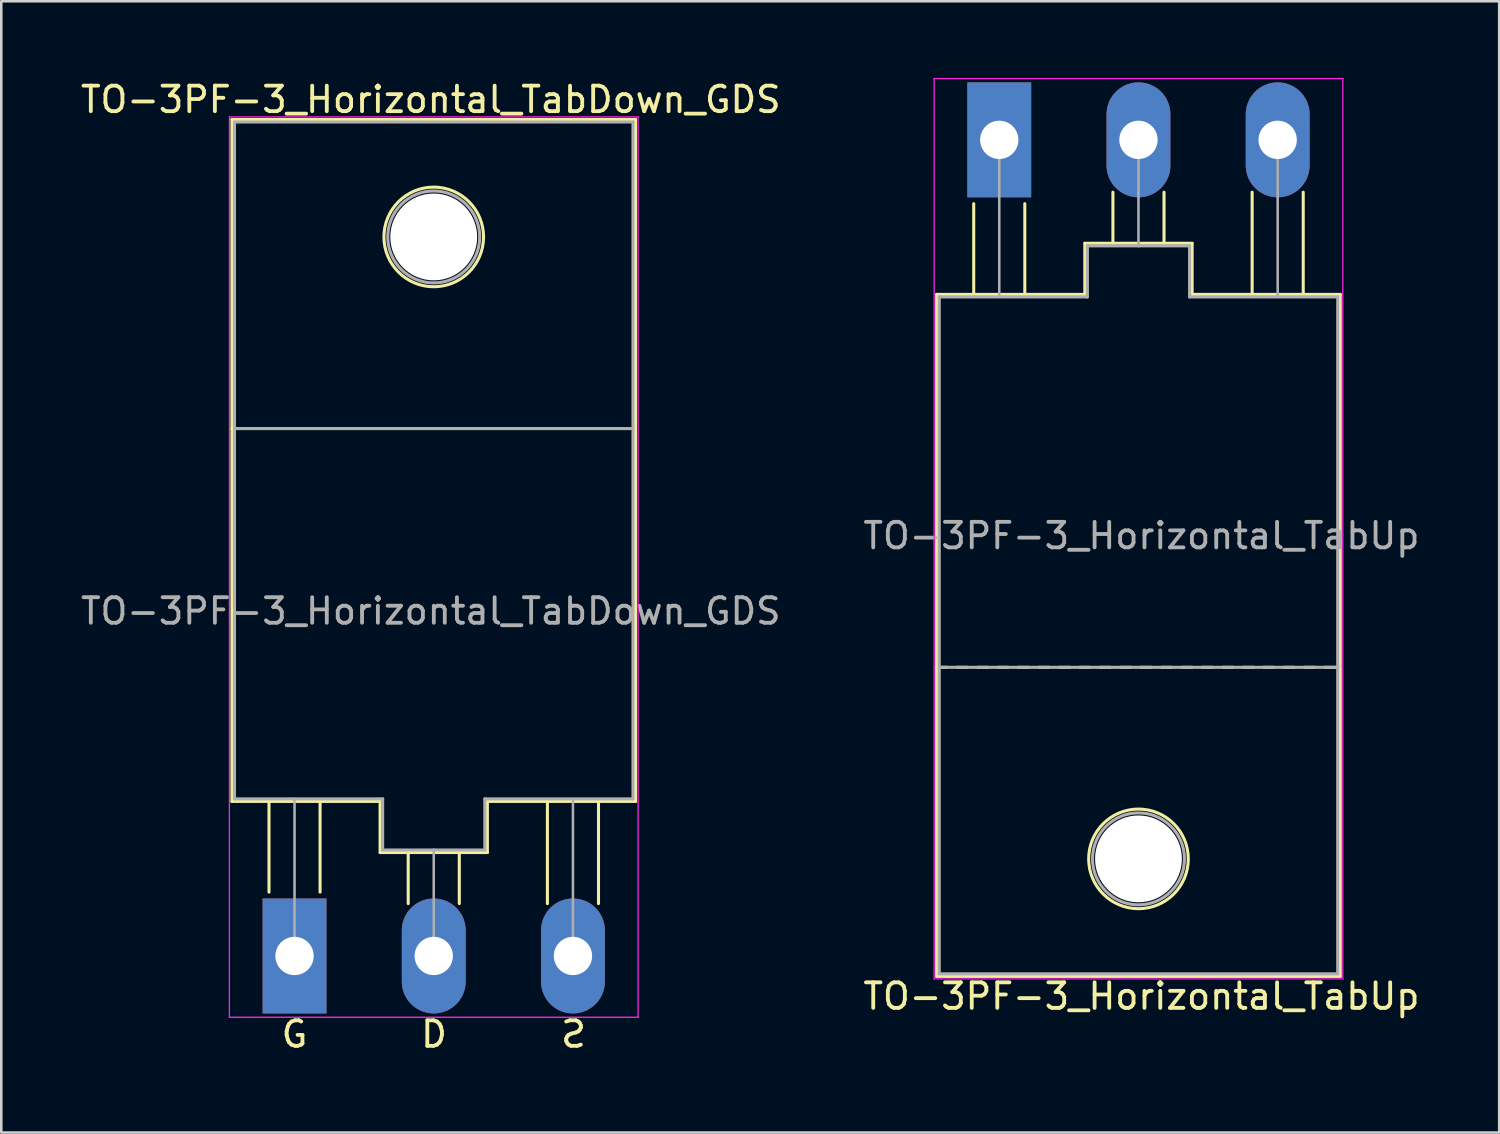
<source format=kicad_pcb>
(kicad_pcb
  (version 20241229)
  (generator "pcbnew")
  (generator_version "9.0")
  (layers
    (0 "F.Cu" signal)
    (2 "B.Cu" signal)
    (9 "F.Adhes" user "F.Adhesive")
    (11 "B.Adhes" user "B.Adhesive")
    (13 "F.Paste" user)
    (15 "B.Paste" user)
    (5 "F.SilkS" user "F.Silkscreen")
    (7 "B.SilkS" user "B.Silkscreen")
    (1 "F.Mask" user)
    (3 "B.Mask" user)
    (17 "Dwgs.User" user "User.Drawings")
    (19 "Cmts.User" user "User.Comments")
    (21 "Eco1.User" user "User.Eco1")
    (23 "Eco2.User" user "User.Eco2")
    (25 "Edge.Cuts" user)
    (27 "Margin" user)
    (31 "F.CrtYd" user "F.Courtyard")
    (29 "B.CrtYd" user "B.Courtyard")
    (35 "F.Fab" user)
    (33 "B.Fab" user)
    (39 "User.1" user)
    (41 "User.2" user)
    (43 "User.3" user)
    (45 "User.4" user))
  (footprint "TO-3PF-3_Horizontal_TabDown_GDS"
    (layer "F.Cu")
    (at 8.481 34.376)
    (property "Reference" "TO-3PF-3_Horizontal_TabDown_GDS" (at 5.334 -33.528 0) (layer "F.SilkS") (effects (font (size 1 1) (thickness 0.15))))
    (fp_line (start -2.45 -32.75) (end 13.35 -32.75) (stroke (width 0.12) (type solid)) (layer "F.SilkS"))
    (fp_line (start -2.45 -6.05) (end -2.45 -32.75) (stroke (width 0.12) (type solid)) (layer "F.SilkS"))
    (fp_line (start -1 -6) (end -1 -2.5) (stroke (width 0.12) (type solid)) (layer "F.SilkS"))
    (fp_line (start 1 -6) (end 1 -2.5) (stroke (width 0.12) (type solid)) (layer "F.SilkS"))
    (fp_line (start 3.35 -6.05) (end -2.45 -6.05) (stroke (width 0.12) (type solid)) (layer "F.SilkS"))
    (fp_line (start 3.35 -4.05) (end 3.35 -6.05) (stroke (width 0.12) (type solid)) (layer "F.SilkS"))
    (fp_line (start 4.45 -4.05) (end 4.45 -2.05) (stroke (width 0.12) (type solid)) (layer "F.SilkS"))
    (fp_line (start 6.45 -4.05) (end 6.45 -2.05) (stroke (width 0.12) (type solid)) (layer "F.SilkS"))
    (fp_line (start 7.55 -6.05) (end 7.55 -4.05) (stroke (width 0.12) (type solid)) (layer "F.SilkS"))
    (fp_line (start 7.55 -4.05) (end 3.35 -4.05) (stroke (width 0.12) (type solid)) (layer "F.SilkS"))
    (fp_line (start 9.9 -6) (end 9.9 -2.05) (stroke (width 0.12) (type solid)) (layer "F.SilkS"))
    (fp_line (start 11.9 -6) (end 11.9 -2.05) (stroke (width 0.12) (type solid)) (layer "F.SilkS"))
    (fp_line (start 13.35 -32.75) (end 13.35 -6.05) (stroke (width 0.12) (type solid)) (layer "F.SilkS"))
    (fp_line (start 13.35 -20.65) (end -2.45 -20.65) (stroke (width 0.12) (type solid)) (layer "F.SilkS"))
    (fp_line (start 13.35 -6.05) (end 7.55 -6.05) (stroke (width 0.12) (type solid)) (layer "F.SilkS"))
    (fp_circle (center 5.45 -28.15) (end 7.4 -28.15) (stroke (width 0.12) (type solid)) (fill no) (layer "F.SilkS"))
    (fp_line (start -2.55 -32.85) (end -2.55 2.4) (stroke (width 0.05) (type solid)) (layer "F.CrtYd"))
    (fp_line (start -2.55 2.4) (end 13.45 2.4) (stroke (width 0.05) (type solid)) (layer "F.CrtYd"))
    (fp_line (start 13.45 -32.85) (end -2.55 -32.85) (stroke (width 0.05) (type solid)) (layer "F.CrtYd"))
    (fp_line (start 13.45 2.4) (end 13.45 -32.85) (stroke (width 0.05) (type solid)) (layer "F.CrtYd"))
    (fp_line (start -2.35 -32.65) (end 13.25 -32.65) (stroke (width 0.12) (type solid)) (layer "F.Fab"))
    (fp_line (start -2.35 -20.65) (end 13.25 -20.65) (stroke (width 0.12) (type solid)) (layer "F.Fab"))
    (fp_line (start -2.35 -6.15) (end -2.35 -32.65) (stroke (width 0.12) (type solid)) (layer "F.Fab"))
    (fp_line (start 0 0) (end 0 -6.15) (stroke (width 0.1) (type solid)) (layer "F.Fab"))
    (fp_line (start 3.45 -6.15) (end -2.35 -6.15) (stroke (width 0.12) (type solid)) (layer "F.Fab"))
    (fp_line (start 3.45 -4.15) (end 3.45 -6.15) (stroke (width 0.12) (type solid)) (layer "F.Fab"))
    (fp_line (start 5.45 -4.15) (end 3.45 -4.15) (stroke (width 0.12) (type solid)) (layer "F.Fab"))
    (fp_line (start 5.45 -4.15) (end 5.45 0) (stroke (width 0.1) (type solid)) (layer "F.Fab"))
    (fp_line (start 5.45 -4.15) (end 7.45 -4.15) (stroke (width 0.12) (type solid)) (layer "F.Fab"))
    (fp_line (start 7.45 -4.15) (end 7.45 -6.15) (stroke (width 0.12) (type solid)) (layer "F.Fab"))
    (fp_line (start 10.9 -6.1) (end 10.9 0) (stroke (width 0.1) (type solid)) (layer "F.Fab"))
    (fp_line (start 13.25 -32.65) (end 13.25 -6.15) (stroke (width 0.12) (type solid)) (layer "F.Fab"))
    (fp_line (start 13.25 -6.15) (end 7.45 -6.15) (stroke (width 0.12) (type solid)) (layer "F.Fab"))
    (fp_circle (center 5.45 -28.15) (end 7.25 -28.15) (stroke (width 0.12) (type solid)) (fill no) (layer "F.Fab"))
    (fp_text user "G" (at 0 3.064 0) (unlocked yes) (layer "F.SilkS") (effects (font (size 1 1) (thickness 0.15))))
    (fp_text user "S" (at 10.922 3.064 0) (layer "F.SilkS") (effects (font (size 1 1) (thickness 0.15)) (justify mirror)))
    (fp_text user "D" (at 5.461 3.064 0) (unlocked yes) (layer "F.SilkS") (effects (font (size 1 1) (thickness 0.15))))
    (fp_text user "${REFERENCE}" (at 5.334 -13.5 0) (layer "F.Fab") (effects (font (size 1 1) (thickness 0.15))))
    (pad "" np_thru_hole circle (at 5.45 -28.15) (size 3.4 3.4) (drill 3.4) (layers "*.Cu" "*.Mask"))
    (pad "1" thru_hole rect (at 0 0) (size 2.5 4.5) (drill 1.5) (layers "*.Cu" "*.Mask"))
    (pad "2" thru_hole oval (at 5.45 0) (size 2.5 4.5) (drill 1.5) (layers "*.Cu" "*.Mask"))
    (pad "3" thru_hole oval (at 10.9 0) (size 2.5 4.5) (drill 1.5) (layers "*.Cu" "*.Mask")))
  (footprint "TO-3PF-3_Horizontal_TabUp"
    (layer "F.Cu")
    (at 36.071 2.425)
    (property "Reference" "TO-3PF-3_Horizontal_TabUp" (at 5.566 33.528 180) (layer "F.SilkS") (effects (font (size 1 1) (thickness 0.15))))
    (attr through_hole)
    (fp_line (start -2.45 6.05) (end 3.35 6.05) (stroke (width 0.12) (type solid)) (layer "F.SilkS"))
    (fp_line (start -2.45 20.65) (end -2.05 20.65) (stroke (width 0.12) (type solid)) (layer "F.SilkS"))
    (fp_line (start -2.45 32.75) (end -2.45 6.05) (stroke (width 0.12) (type solid)) (layer "F.SilkS"))
    (fp_line (start -1.65 20.65) (end -1.25 20.65) (stroke (width 0.12) (type solid)) (layer "F.SilkS"))
    (fp_line (start -1 6) (end -1 2.5) (stroke (width 0.12) (type solid)) (layer "F.SilkS"))
    (fp_line (start -0.85 20.65) (end -0.45 20.65) (stroke (width 0.12) (type solid)) (layer "F.SilkS"))
    (fp_line (start -0.05 20.65) (end 0.35 20.65) (stroke (width 0.12) (type solid)) (layer "F.SilkS"))
    (fp_line (start 0.75 20.65) (end 1.15 20.65) (stroke (width 0.12) (type solid)) (layer "F.SilkS"))
    (fp_line (start 1 6) (end 1 2.5) (stroke (width 0.12) (type solid)) (layer "F.SilkS"))
    (fp_line (start 1.55 20.65) (end 1.95 20.65) (stroke (width 0.12) (type solid)) (layer "F.SilkS"))
    (fp_line (start 2.35 20.65) (end 2.75 20.65) (stroke (width 0.12) (type solid)) (layer "F.SilkS"))
    (fp_line (start 3.15 20.65) (end 3.55 20.65) (stroke (width 0.12) (type solid)) (layer "F.SilkS"))
    (fp_line (start 3.35 4.05) (end 7.55 4.05) (stroke (width 0.12) (type solid)) (layer "F.SilkS"))
    (fp_line (start 3.35 6.05) (end 3.35 4.05) (stroke (width 0.12) (type solid)) (layer "F.SilkS"))
    (fp_line (start 3.95 20.65) (end 4.35 20.65) (stroke (width 0.12) (type solid)) (layer "F.SilkS"))
    (fp_line (start 4.45 4.05) (end 4.45 2.05) (stroke (width 0.12) (type solid)) (layer "F.SilkS"))
    (fp_line (start 4.75 20.65) (end 5.15 20.65) (stroke (width 0.12) (type solid)) (layer "F.SilkS"))
    (fp_line (start 5.55 20.65) (end 5.95 20.65) (stroke (width 0.12) (type solid)) (layer "F.SilkS"))
    (fp_line (start 6.35 20.65) (end 6.75 20.65) (stroke (width 0.12) (type solid)) (layer "F.SilkS"))
    (fp_line (start 6.45 4.05) (end 6.45 2.05) (stroke (width 0.12) (type solid)) (layer "F.SilkS"))
    (fp_line (start 7.15 20.65) (end 7.55 20.65) (stroke (width 0.12) (type solid)) (layer "F.SilkS"))
    (fp_line (start 7.55 4.05) (end 7.55 6.05) (stroke (width 0.12) (type solid)) (layer "F.SilkS"))
    (fp_line (start 7.55 6.05) (end 13.35 6.05) (stroke (width 0.12) (type solid)) (layer "F.SilkS"))
    (fp_line (start 7.95 20.65) (end 8.35 20.65) (stroke (width 0.12) (type solid)) (layer "F.SilkS"))
    (fp_line (start 8.75 20.65) (end 9.15 20.65) (stroke (width 0.12) (type solid)) (layer "F.SilkS"))
    (fp_line (start 9.55 20.65) (end 9.95 20.65) (stroke (width 0.12) (type solid)) (layer "F.SilkS"))
    (fp_line (start 9.9 6) (end 9.9 2.05) (stroke (width 0.12) (type solid)) (layer "F.SilkS"))
    (fp_line (start 10.35 20.65) (end 10.75 20.65) (stroke (width 0.12) (type solid)) (layer "F.SilkS"))
    (fp_line (start 11.15 20.65) (end 11.55 20.65) (stroke (width 0.12) (type solid)) (layer "F.SilkS"))
    (fp_line (start 11.9 6) (end 11.9 2.05) (stroke (width 0.12) (type solid)) (layer "F.SilkS"))
    (fp_line (start 11.95 20.65) (end 12.35 20.65) (stroke (width 0.12) (type solid)) (layer "F.SilkS"))
    (fp_line (start 12.75 20.65) (end 13.15 20.65) (stroke (width 0.12) (type solid)) (layer "F.SilkS"))
    (fp_line (start 13.35 6.05) (end 13.35 32.75) (stroke (width 0.12) (type solid)) (layer "F.SilkS"))
    (fp_line (start 13.35 32.75) (end -2.45 32.75) (stroke (width 0.12) (type solid)) (layer "F.SilkS"))
    (fp_circle (center 5.45 28.15) (end 3.5 28.15) (stroke (width 0.12) (type solid)) (fill no) (layer "F.SilkS"))
    (fp_line (start -2.55 -2.4) (end -2.55 32.85) (stroke (width 0.05) (type solid)) (layer "F.CrtYd"))
    (fp_line (start -2.55 32.85) (end 13.45 32.85) (stroke (width 0.05) (type solid)) (layer "F.CrtYd"))
    (fp_line (start 13.45 -2.4) (end -2.55 -2.4) (stroke (width 0.05) (type solid)) (layer "F.CrtYd"))
    (fp_line (start 13.45 32.85) (end 13.45 -2.4) (stroke (width 0.05) (type solid)) (layer "F.CrtYd"))
    (fp_line (start -2.35 6.15) (end 3.45 6.15) (stroke (width 0.12) (type solid)) (layer "F.Fab"))
    (fp_line (start -2.35 32.65) (end -2.35 6.15) (stroke (width 0.12) (type solid)) (layer "F.Fab"))
    (fp_line (start 0 6.1) (end 0 0) (stroke (width 0.1) (type solid)) (layer "F.Fab"))
    (fp_line (start 3.45 4.15) (end 3.45 6.15) (stroke (width 0.12) (type solid)) (layer "F.Fab"))
    (fp_line (start 5.45 4.15) (end 3.45 4.15) (stroke (width 0.12) (type solid)) (layer "F.Fab"))
    (fp_line (start 5.45 4.15) (end 5.45 0) (stroke (width 0.1) (type solid)) (layer "F.Fab"))
    (fp_line (start 5.45 4.15) (end 7.45 4.15) (stroke (width 0.12) (type solid)) (layer "F.Fab"))
    (fp_line (start 7.45 4.15) (end 7.45 6.15) (stroke (width 0.12) (type solid)) (layer "F.Fab"))
    (fp_line (start 7.45 6.15) (end 13.25 6.15) (stroke (width 0.12) (type solid)) (layer "F.Fab"))
    (fp_line (start 10.9 0) (end 10.9 6.15) (stroke (width 0.1) (type solid)) (layer "F.Fab"))
    (fp_line (start 13.25 6.15) (end 13.25 32.65) (stroke (width 0.12) (type solid)) (layer "F.Fab"))
    (fp_line (start 13.25 20.65) (end -2.35 20.65) (stroke (width 0.12) (type solid)) (layer "F.Fab"))
    (fp_line (start 13.25 32.65) (end -2.35 32.65) (stroke (width 0.12) (type solid)) (layer "F.Fab"))
    (fp_circle (center 5.45 28.15) (end 3.65 28.15) (stroke (width 0.12) (type solid)) (fill no) (layer "F.Fab"))
    (fp_text user "${REFERENCE}" (at 5.566 15.5 180) (layer "F.Fab") (effects (font (size 1 1) (thickness 0.15))))
    (pad "" np_thru_hole circle (at 5.45 28.15) (size 3.4 3.4) (drill 3.4) (layers "*.Cu" "*.Mask"))
    (pad "1" thru_hole rect (at 0 0) (size 2.5 4.5) (drill 1.5) (layers "*.Cu" "*.Mask"))
    (pad "2" thru_hole oval (at 5.45 0) (size 2.5 4.5) (drill 1.5) (layers "*.Cu" "*.Mask"))
    (pad "3" thru_hole oval (at 10.9 0) (size 2.5 4.5) (drill 1.5) (layers "*.Cu" "*.Mask")))
  (gr_rect
    (start -3 -3)
    (end 55.643 41.288)
    (stroke (width 0.1) (type default))
    (fill no)
    (layer "Edge.Cuts")))
</source>
